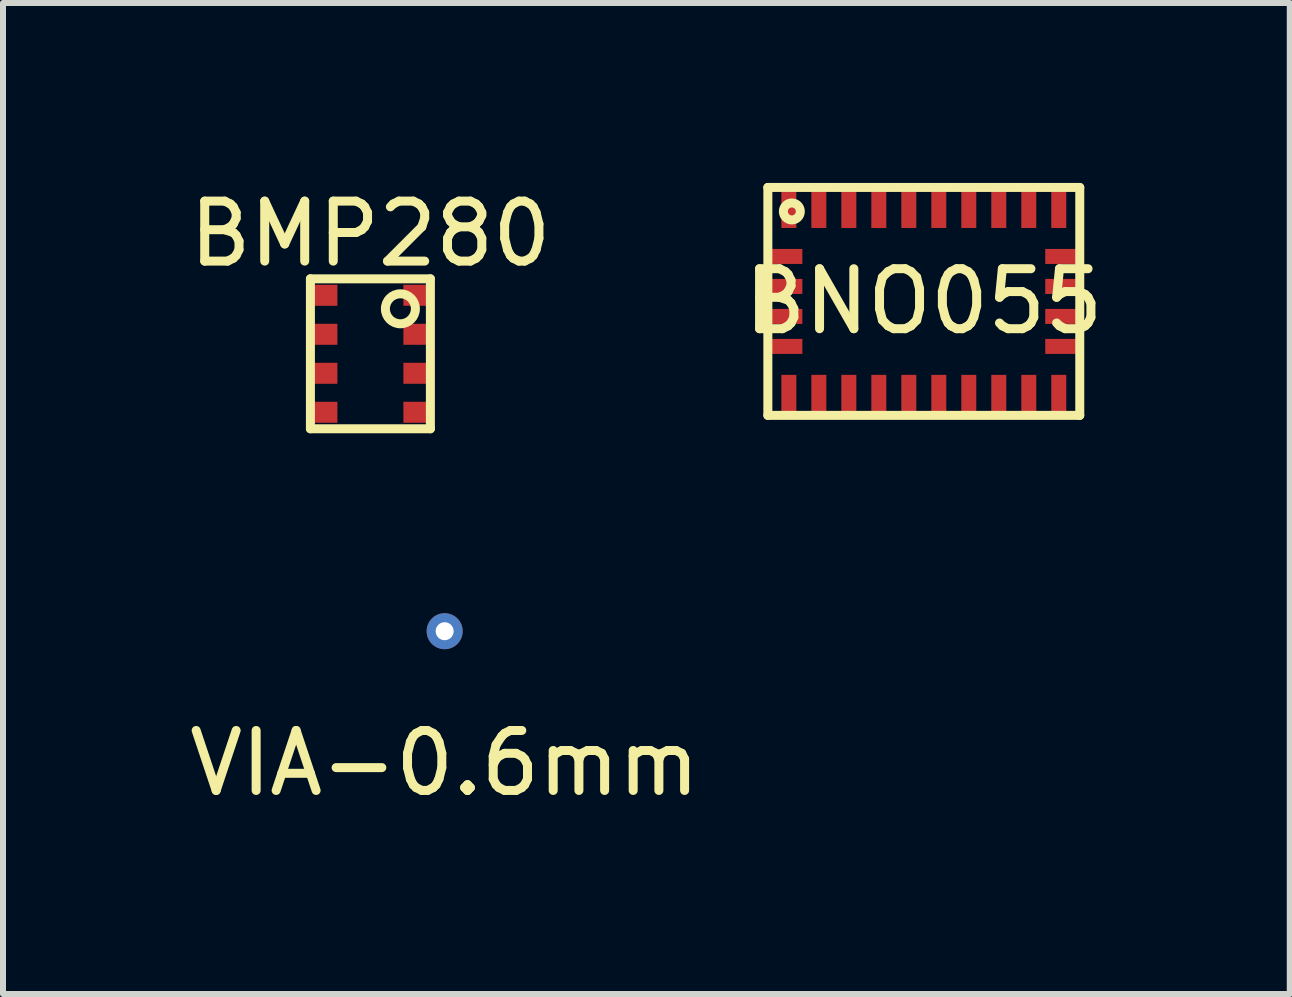
<source format=kicad_pcb>
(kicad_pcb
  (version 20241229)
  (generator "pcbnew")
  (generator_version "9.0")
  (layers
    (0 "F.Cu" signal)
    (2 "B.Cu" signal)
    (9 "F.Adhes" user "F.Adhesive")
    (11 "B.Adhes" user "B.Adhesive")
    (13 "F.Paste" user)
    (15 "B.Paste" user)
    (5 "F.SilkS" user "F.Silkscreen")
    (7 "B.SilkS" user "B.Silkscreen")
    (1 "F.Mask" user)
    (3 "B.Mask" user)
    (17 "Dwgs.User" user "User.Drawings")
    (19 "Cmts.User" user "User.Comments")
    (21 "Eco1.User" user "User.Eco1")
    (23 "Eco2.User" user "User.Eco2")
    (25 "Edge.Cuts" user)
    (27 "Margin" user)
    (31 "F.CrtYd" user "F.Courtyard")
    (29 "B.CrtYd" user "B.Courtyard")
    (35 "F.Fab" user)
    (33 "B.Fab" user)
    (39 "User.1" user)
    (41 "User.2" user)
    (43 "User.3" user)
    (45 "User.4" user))
  (footprint "BMP280"
    (layer "F.Cu")
    (at 3.125 2.848)
    (property "Reference" "BMP280" (at 0 -2 0) (layer "F.SilkS") (effects (font (size 1 1) (thickness 0.15))))
    (attr through_hole)
    (fp_line (start -1 -1.25) (end -1 1.25) (stroke (width 0.15) (type solid)) (layer "F.SilkS"))
    (fp_line (start -1 1.25) (end 1 1.25) (stroke (width 0.15) (type solid)) (layer "F.SilkS"))
    (fp_line (start 1 -1.25) (end -1 -1.25) (stroke (width 0.15) (type solid)) (layer "F.SilkS"))
    (fp_line (start 1 1.25) (end 1 -1.25) (stroke (width 0.15) (type solid)) (layer "F.SilkS"))
    (fp_circle (center 0.5 -0.75) (end 0.5 -0.5) (stroke (width 0.15) (type solid)) (fill no) (layer "F.SilkS"))
    (pad "1" smd rect (at 0.8 -0.975) (size 0.5 0.35) (layers "F.Cu" "F.Mask" "F.Paste"))
    (pad "2" smd rect (at 0.8 -0.325) (size 0.5 0.35) (layers "F.Cu" "F.Mask" "F.Paste"))
    (pad "3" smd rect (at 0.8 0.325) (size 0.5 0.35) (layers "F.Cu" "F.Mask" "F.Paste"))
    (pad "4" smd rect (at 0.8 0.975) (size 0.5 0.35) (layers "F.Cu" "F.Mask" "F.Paste"))
    (pad "5" smd rect (at -0.8 0.975) (size 0.5 0.35) (layers "F.Cu" "F.Mask" "F.Paste"))
    (pad "6" smd rect (at -0.8 0.325) (size 0.5 0.35) (layers "F.Cu" "F.Mask" "F.Paste"))
    (pad "7" smd rect (at -0.8 -0.325) (size 0.5 0.35) (layers "F.Cu" "F.Mask" "F.Paste"))
    (pad "8" smd rect (at -0.8 -0.975) (size 0.5 0.35) (layers "F.Cu" "F.Mask" "F.Paste")))
  (footprint "BNO055"
    (layer "F.Cu")
    (at 12.351 1.975)
    (property "Reference" "BNO055" (at 0 0 0) (layer "F.SilkS") (effects (font (size 1 1) (thickness 0.15))))
    (attr through_hole)
    (fp_line (start -2.6 -1.9) (end -2.6 1.9) (stroke (width 0.15) (type solid)) (layer "F.SilkS"))
    (fp_line (start -2.6 1.9) (end 2.6 1.9) (stroke (width 0.15) (type solid)) (layer "F.SilkS"))
    (fp_line (start 2.6 -1.9) (end -2.6 -1.9) (stroke (width 0.15) (type solid)) (layer "F.SilkS"))
    (fp_line (start 2.6 1.9) (end 2.6 -1.9) (stroke (width 0.15) (type solid)) (layer "F.SilkS"))
    (fp_circle (center -2.2 -1.5) (end -2.1 -1.4) (stroke (width 0.15) (type solid)) (fill no) (layer "F.SilkS"))
    (pad "1" smd rect (at -2.25 -1.562) (size 0.25 0.675) (layers "F.Cu" "F.Mask" "F.Paste"))
    (pad "2" smd rect (at -2.312 -0.75) (size 0.575 0.25) (layers "F.Cu" "F.Mask" "F.Paste"))
    (pad "3" smd rect (at -2.312 -0.25) (size 0.575 0.25) (layers "F.Cu" "F.Mask" "F.Paste"))
    (pad "4" smd rect (at -2.312 0.25) (size 0.575 0.25) (layers "F.Cu" "F.Mask" "F.Paste"))
    (pad "5" smd rect (at -2.312 0.75) (size 0.575 0.25) (layers "F.Cu" "F.Mask" "F.Paste"))
    (pad "6" smd rect (at -2.25 1.562) (size 0.25 0.675) (layers "F.Cu" "F.Mask" "F.Paste"))
    (pad "7" smd rect (at -1.75 1.562) (size 0.25 0.675) (layers "F.Cu" "F.Mask" "F.Paste"))
    (pad "8" smd rect (at -1.25 1.562) (size 0.25 0.675) (layers "F.Cu" "F.Mask" "F.Paste"))
    (pad "9" smd rect (at -0.75 1.562) (size 0.25 0.675) (layers "F.Cu" "F.Mask" "F.Paste"))
    (pad "10" smd rect (at -0.25 1.562) (size 0.25 0.675) (layers "F.Cu" "F.Mask" "F.Paste"))
    (pad "11" smd rect (at 0.25 1.562) (size 0.25 0.675) (layers "F.Cu" "F.Mask" "F.Paste"))
    (pad "12" smd rect (at 0.75 1.562) (size 0.25 0.675) (layers "F.Cu" "F.Mask" "F.Paste"))
    (pad "13" smd rect (at 1.25 1.562) (size 0.25 0.675) (layers "F.Cu" "F.Mask" "F.Paste"))
    (pad "14" smd rect (at 1.75 1.562) (size 0.25 0.675) (layers "F.Cu" "F.Mask" "F.Paste"))
    (pad "15" smd rect (at 2.25 1.562) (size 0.25 0.675) (layers "F.Cu" "F.Mask" "F.Paste"))
    (pad "16" smd rect (at 2.312 0.75) (size 0.575 0.25) (layers "F.Cu" "F.Mask" "F.Paste"))
    (pad "17" smd rect (at 2.312 0.25) (size 0.575 0.25) (layers "F.Cu" "F.Mask" "F.Paste"))
    (pad "18" smd rect (at 2.312 -0.25) (size 0.575 0.25) (layers "F.Cu" "F.Mask" "F.Paste"))
    (pad "19" smd rect (at 2.312 -0.75) (size 0.575 0.25) (layers "F.Cu" "F.Mask" "F.Paste"))
    (pad "20" smd rect (at 2.25 -1.562) (size 0.25 0.675) (layers "F.Cu" "F.Mask" "F.Paste"))
    (pad "21" smd rect (at 1.75 -1.562) (size 0.25 0.675) (layers "F.Cu" "F.Mask" "F.Paste"))
    (pad "22" smd rect (at 1.25 -1.562) (size 0.25 0.675) (layers "F.Cu" "F.Mask" "F.Paste"))
    (pad "23" smd rect (at 0.75 -1.562) (size 0.25 0.675) (layers "F.Cu" "F.Mask" "F.Paste"))
    (pad "24" smd rect (at 0.25 -1.562) (size 0.25 0.675) (layers "F.Cu" "F.Mask" "F.Paste"))
    (pad "25" smd rect (at -0.25 -1.562) (size 0.25 0.675) (layers "F.Cu" "F.Mask" "F.Paste"))
    (pad "26" smd rect (at -0.75 -1.562) (size 0.25 0.675) (layers "F.Cu" "F.Mask" "F.Paste"))
    (pad "27" smd rect (at -1.25 -1.562) (size 0.25 0.675) (layers "F.Cu" "F.Mask" "F.Paste"))
    (pad "28" smd rect (at -1.75 -1.562) (size 0.25 0.675) (layers "F.Cu" "F.Mask" "F.Paste")))
  (footprint "VIA-0.6mm"
    (layer "F.Cu")
    (at 4.363 7.473)
    (property "Reference" "VIA-0.6mm" (at 0 2.2 0) (layer "F.SilkS") (effects (font (size 1 1) (thickness 0.15))))
    (attr through_hole)
    (pad "1" thru_hole circle (at 0 0) (size 0.6 0.6) (drill 0.3) (layers "*.Cu")))
  (gr_rect
    (start -3 -3)
    (end 18.452 13.521)
    (stroke (width 0.1) (type default))
    (fill no)
    (layer "Edge.Cuts")))
</source>
